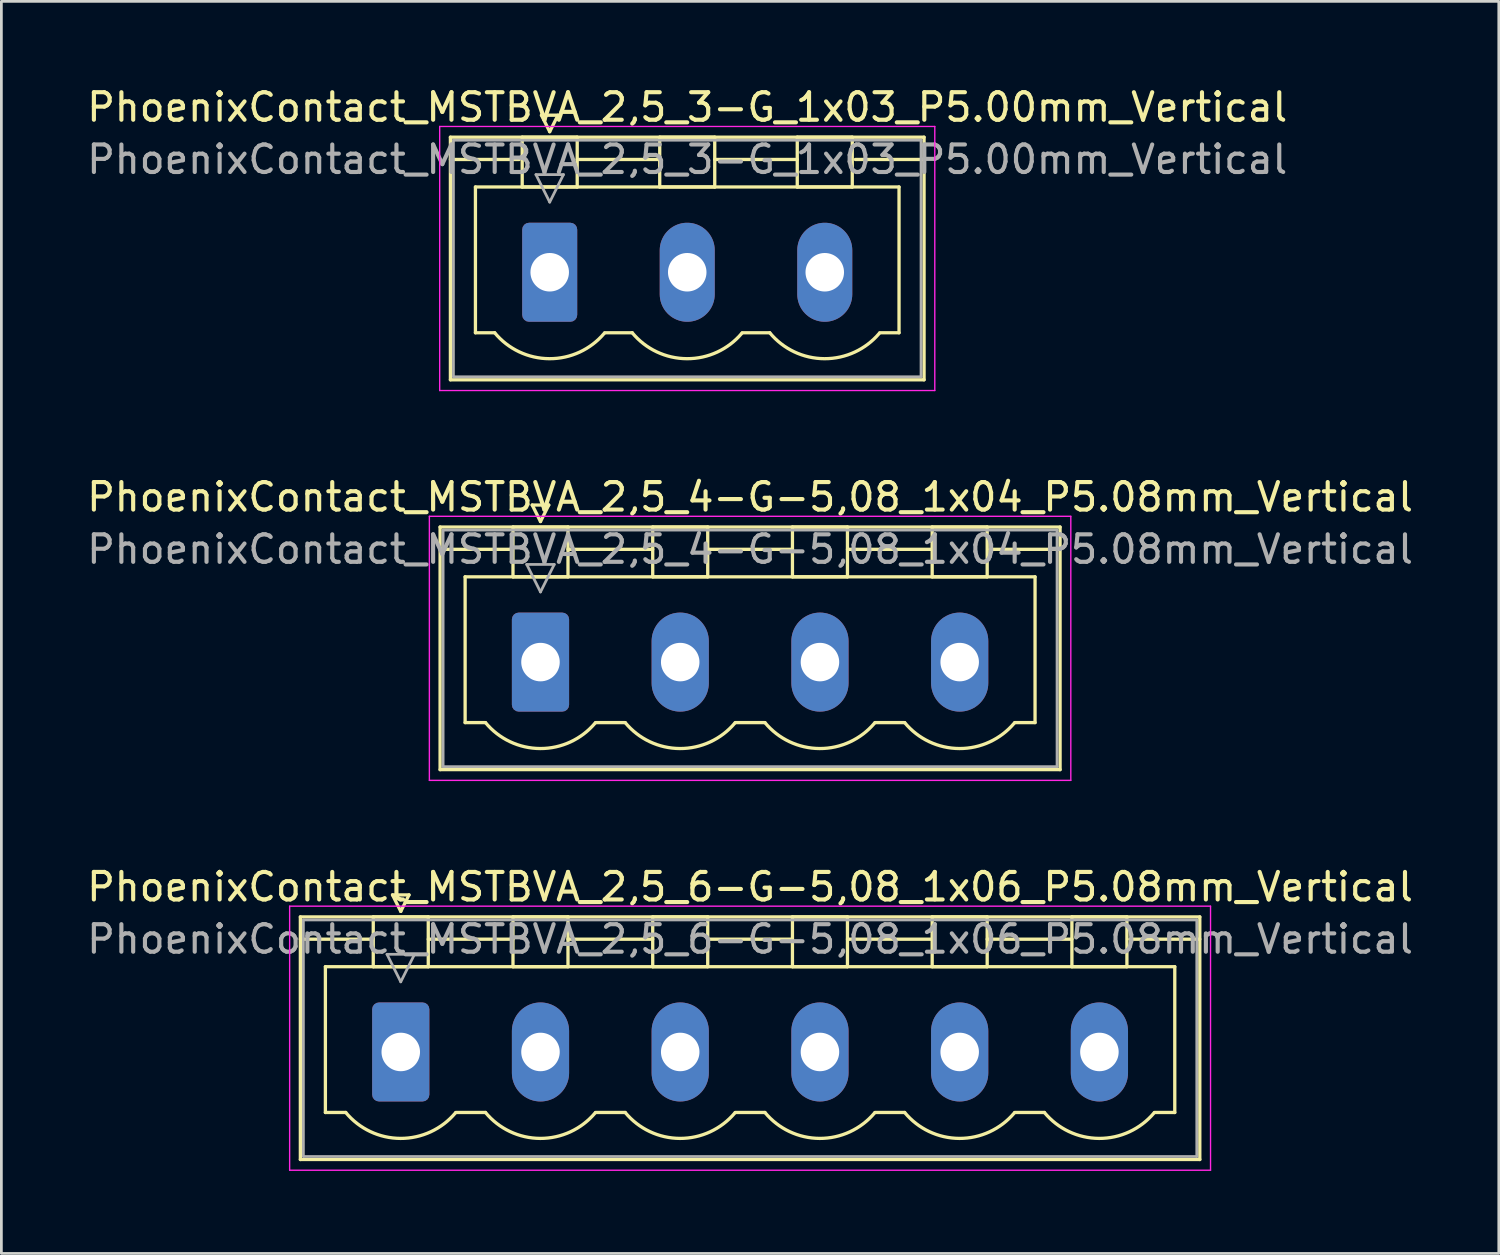
<source format=kicad_pcb>
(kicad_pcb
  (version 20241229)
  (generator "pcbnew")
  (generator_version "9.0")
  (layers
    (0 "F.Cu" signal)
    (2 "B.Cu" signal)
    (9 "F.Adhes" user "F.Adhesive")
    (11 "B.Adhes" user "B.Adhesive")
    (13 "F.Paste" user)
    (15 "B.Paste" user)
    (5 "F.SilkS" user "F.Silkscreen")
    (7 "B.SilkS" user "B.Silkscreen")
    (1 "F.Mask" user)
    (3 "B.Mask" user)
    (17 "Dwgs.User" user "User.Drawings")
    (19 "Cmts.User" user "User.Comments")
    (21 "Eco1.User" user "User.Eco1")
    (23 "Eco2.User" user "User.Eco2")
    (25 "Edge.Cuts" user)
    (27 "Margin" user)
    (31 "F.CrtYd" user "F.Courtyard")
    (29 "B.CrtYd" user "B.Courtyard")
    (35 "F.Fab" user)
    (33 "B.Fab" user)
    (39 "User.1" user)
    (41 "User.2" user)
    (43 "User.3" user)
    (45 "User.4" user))
  (footprint "PhoenixContact_MSTBVA_2,5_3-G_1x03_P5.00mm_Vertical"
    (layer "F.Cu")
    (at 16.935 6.848)
    (property "Reference" "PhoenixContact_MSTBVA_2,5_3-G_1x03_P5.00mm_Vertical" (at 5 -6 0) (layer "F.SilkS") (effects (font (size 1 1) (thickness 0.15))))
    (attr through_hole)
    (fp_line (start -3.61 -4.91) (end -3.61 3.91) (stroke (width 0.12) (type solid)) (layer "F.SilkS"))
    (fp_line (start -3.61 -4.1) (end -1.11 -4.1) (stroke (width 0.12) (type solid)) (layer "F.SilkS"))
    (fp_line (start -3.61 3.91) (end 13.61 3.91) (stroke (width 0.12) (type solid)) (layer "F.SilkS"))
    (fp_line (start -2.7 -3.1) (end 12.7 -3.1) (stroke (width 0.12) (type solid)) (layer "F.SilkS"))
    (fp_line (start -2.7 2.2) (end -2.7 -3.1) (stroke (width 0.12) (type solid)) (layer "F.SilkS"))
    (fp_line (start -2 2.2) (end -2.7 2.2) (stroke (width 0.12) (type solid)) (layer "F.SilkS"))
    (fp_line (start -1 -4.91) (end 1 -4.91) (stroke (width 0.12) (type solid)) (layer "F.SilkS"))
    (fp_line (start -1 -3.1) (end -1 -4.91) (stroke (width 0.12) (type solid)) (layer "F.SilkS"))
    (fp_line (start -0.3 -5.71) (end 0.3 -5.71) (stroke (width 0.12) (type solid)) (layer "F.SilkS"))
    (fp_line (start 0 -5.11) (end -0.3 -5.71) (stroke (width 0.12) (type solid)) (layer "F.SilkS"))
    (fp_line (start 0.3 -5.71) (end 0 -5.11) (stroke (width 0.12) (type solid)) (layer "F.SilkS"))
    (fp_line (start 1 -4.91) (end 1 -3.1) (stroke (width 0.12) (type solid)) (layer "F.SilkS"))
    (fp_line (start 1 -4.1) (end 4 -4.1) (stroke (width 0.12) (type solid)) (layer "F.SilkS"))
    (fp_line (start 1 -3.1) (end -1 -3.1) (stroke (width 0.12) (type solid)) (layer "F.SilkS"))
    (fp_line (start 2 2.2) (end 3 2.2) (stroke (width 0.12) (type solid)) (layer "F.SilkS"))
    (fp_line (start 4 -4.91) (end 6 -4.91) (stroke (width 0.12) (type solid)) (layer "F.SilkS"))
    (fp_line (start 4 -3.1) (end 4 -4.91) (stroke (width 0.12) (type solid)) (layer "F.SilkS"))
    (fp_line (start 6 -4.91) (end 6 -3.1) (stroke (width 0.12) (type solid)) (layer "F.SilkS"))
    (fp_line (start 6 -4.1) (end 9 -4.1) (stroke (width 0.12) (type solid)) (layer "F.SilkS"))
    (fp_line (start 6 -3.1) (end 4 -3.1) (stroke (width 0.12) (type solid)) (layer "F.SilkS"))
    (fp_line (start 7 2.2) (end 8 2.2) (stroke (width 0.12) (type solid)) (layer "F.SilkS"))
    (fp_line (start 9 -4.91) (end 11 -4.91) (stroke (width 0.12) (type solid)) (layer "F.SilkS"))
    (fp_line (start 9 -3.1) (end 9 -4.91) (stroke (width 0.12) (type solid)) (layer "F.SilkS"))
    (fp_line (start 11 -4.91) (end 11 -3.1) (stroke (width 0.12) (type solid)) (layer "F.SilkS"))
    (fp_line (start 11 -3.1) (end 9 -3.1) (stroke (width 0.12) (type solid)) (layer "F.SilkS"))
    (fp_line (start 12.7 -3.1) (end 12.7 2.2) (stroke (width 0.12) (type solid)) (layer "F.SilkS"))
    (fp_line (start 12.7 2.2) (end 12 2.2) (stroke (width 0.12) (type solid)) (layer "F.SilkS"))
    (fp_line (start 13.61 -4.91) (end -3.61 -4.91) (stroke (width 0.12) (type solid)) (layer "F.SilkS"))
    (fp_line (start 13.61 -4.1) (end 11.11 -4.1) (stroke (width 0.12) (type solid)) (layer "F.SilkS"))
    (fp_line (start 13.61 3.91) (end 13.61 -4.91) (stroke (width 0.12) (type solid)) (layer "F.SilkS"))
    (fp_arc (start 1.986842 2.215821) (mid -0.010289 3.142758) (end -2 2.2) (stroke (width 0.12) (type solid)) (layer "F.SilkS"))
    (fp_arc (start 6.986842 2.215821) (mid 4.989711 3.142758) (end 3 2.2) (stroke (width 0.12) (type solid)) (layer "F.SilkS"))
    (fp_arc (start 11.986842 2.215821) (mid 9.989711 3.142758) (end 8 2.2) (stroke (width 0.12) (type solid)) (layer "F.SilkS"))
    (fp_line (start -4 -5.3) (end -4 4.3) (stroke (width 0.05) (type solid)) (layer "F.CrtYd"))
    (fp_line (start -4 4.3) (end 14 4.3) (stroke (width 0.05) (type solid)) (layer "F.CrtYd"))
    (fp_line (start 14 -5.3) (end -4 -5.3) (stroke (width 0.05) (type solid)) (layer "F.CrtYd"))
    (fp_line (start 14 4.3) (end 14 -5.3) (stroke (width 0.05) (type solid)) (layer "F.CrtYd"))
    (fp_line (start -3.5 -4.8) (end -3.5 3.8) (stroke (width 0.1) (type solid)) (layer "F.Fab"))
    (fp_line (start -3.5 3.8) (end 13.5 3.8) (stroke (width 0.1) (type solid)) (layer "F.Fab"))
    (fp_line (start -0.5 -3.55) (end 0.5 -3.55) (stroke (width 0.1) (type solid)) (layer "F.Fab"))
    (fp_line (start 0 -2.55) (end -0.5 -3.55) (stroke (width 0.1) (type solid)) (layer "F.Fab"))
    (fp_line (start 0.5 -3.55) (end 0 -2.55) (stroke (width 0.1) (type solid)) (layer "F.Fab"))
    (fp_line (start 13.5 -4.8) (end -3.5 -4.8) (stroke (width 0.1) (type solid)) (layer "F.Fab"))
    (fp_line (start 13.5 3.8) (end 13.5 -4.8) (stroke (width 0.1) (type solid)) (layer "F.Fab"))
    (fp_text user "${REFERENCE}" (at 5 -4.1 0) (layer "F.Fab") (effects (font (size 1 1) (thickness 0.15))))
    (pad "1" thru_hole roundrect (at 0 0) (size 2 3.6) (drill 1.4) (layers "*.Cu" "*.Mask") (roundrect_rratio 0.125))
    (pad "2" thru_hole oval (at 5 0) (size 2 3.6) (drill 1.4) (layers "*.Cu" "*.Mask"))
    (pad "3" thru_hole oval (at 10 0) (size 2 3.6) (drill 1.4) (layers "*.Cu" "*.Mask")))
  (footprint "PhoenixContact_MSTBVA_2,5_4-G-5,08_1x04_P5.08mm_Vertical"
    (layer "F.Cu")
    (at 16.6 21.021)
    (property "Reference" "PhoenixContact_MSTBVA_2,5_4-G-5,08_1x04_P5.08mm_Vertical" (at 7.62 -6 0) (layer "F.SilkS") (effects (font (size 1 1) (thickness 0.15))))
    (attr through_hole)
    (fp_line (start -3.65 -4.91) (end -3.65 3.91) (stroke (width 0.12) (type solid)) (layer "F.SilkS"))
    (fp_line (start -3.65 -4.1) (end -1.11 -4.1) (stroke (width 0.12) (type solid)) (layer "F.SilkS"))
    (fp_line (start -3.65 3.91) (end 18.89 3.91) (stroke (width 0.12) (type solid)) (layer "F.SilkS"))
    (fp_line (start -2.74 -3.1) (end 17.98 -3.1) (stroke (width 0.12) (type solid)) (layer "F.SilkS"))
    (fp_line (start -2.74 2.2) (end -2.74 -3.1) (stroke (width 0.12) (type solid)) (layer "F.SilkS"))
    (fp_line (start -2 2.2) (end -2.74 2.2) (stroke (width 0.12) (type solid)) (layer "F.SilkS"))
    (fp_line (start -1 -4.91) (end 1 -4.91) (stroke (width 0.12) (type solid)) (layer "F.SilkS"))
    (fp_line (start -1 -3.1) (end -1 -4.91) (stroke (width 0.12) (type solid)) (layer "F.SilkS"))
    (fp_line (start -0.3 -5.71) (end 0.3 -5.71) (stroke (width 0.12) (type solid)) (layer "F.SilkS"))
    (fp_line (start 0 -5.11) (end -0.3 -5.71) (stroke (width 0.12) (type solid)) (layer "F.SilkS"))
    (fp_line (start 0.3 -5.71) (end 0 -5.11) (stroke (width 0.12) (type solid)) (layer "F.SilkS"))
    (fp_line (start 1 -4.91) (end 1 -3.1) (stroke (width 0.12) (type solid)) (layer "F.SilkS"))
    (fp_line (start 1 -4.1) (end 4.08 -4.1) (stroke (width 0.12) (type solid)) (layer "F.SilkS"))
    (fp_line (start 1 -3.1) (end -1 -3.1) (stroke (width 0.12) (type solid)) (layer "F.SilkS"))
    (fp_line (start 2 2.2) (end 3.08 2.2) (stroke (width 0.12) (type solid)) (layer "F.SilkS"))
    (fp_line (start 4.08 -4.91) (end 6.08 -4.91) (stroke (width 0.12) (type solid)) (layer "F.SilkS"))
    (fp_line (start 4.08 -3.1) (end 4.08 -4.91) (stroke (width 0.12) (type solid)) (layer "F.SilkS"))
    (fp_line (start 6.08 -4.91) (end 6.08 -3.1) (stroke (width 0.12) (type solid)) (layer "F.SilkS"))
    (fp_line (start 6.08 -4.1) (end 9.16 -4.1) (stroke (width 0.12) (type solid)) (layer "F.SilkS"))
    (fp_line (start 6.08 -3.1) (end 4.08 -3.1) (stroke (width 0.12) (type solid)) (layer "F.SilkS"))
    (fp_line (start 7.08 2.2) (end 8.16 2.2) (stroke (width 0.12) (type solid)) (layer "F.SilkS"))
    (fp_line (start 9.16 -4.91) (end 11.16 -4.91) (stroke (width 0.12) (type solid)) (layer "F.SilkS"))
    (fp_line (start 9.16 -3.1) (end 9.16 -4.91) (stroke (width 0.12) (type solid)) (layer "F.SilkS"))
    (fp_line (start 11.16 -4.91) (end 11.16 -3.1) (stroke (width 0.12) (type solid)) (layer "F.SilkS"))
    (fp_line (start 11.16 -4.1) (end 14.24 -4.1) (stroke (width 0.12) (type solid)) (layer "F.SilkS"))
    (fp_line (start 11.16 -3.1) (end 9.16 -3.1) (stroke (width 0.12) (type solid)) (layer "F.SilkS"))
    (fp_line (start 12.16 2.2) (end 13.24 2.2) (stroke (width 0.12) (type solid)) (layer "F.SilkS"))
    (fp_line (start 14.24 -4.91) (end 16.24 -4.91) (stroke (width 0.12) (type solid)) (layer "F.SilkS"))
    (fp_line (start 14.24 -3.1) (end 14.24 -4.91) (stroke (width 0.12) (type solid)) (layer "F.SilkS"))
    (fp_line (start 16.24 -4.91) (end 16.24 -3.1) (stroke (width 0.12) (type solid)) (layer "F.SilkS"))
    (fp_line (start 16.24 -3.1) (end 14.24 -3.1) (stroke (width 0.12) (type solid)) (layer "F.SilkS"))
    (fp_line (start 17.98 -3.1) (end 17.98 2.2) (stroke (width 0.12) (type solid)) (layer "F.SilkS"))
    (fp_line (start 17.98 2.2) (end 17.24 2.2) (stroke (width 0.12) (type solid)) (layer "F.SilkS"))
    (fp_line (start 18.89 -4.91) (end -3.65 -4.91) (stroke (width 0.12) (type solid)) (layer "F.SilkS"))
    (fp_line (start 18.89 -4.1) (end 16.35 -4.1) (stroke (width 0.12) (type solid)) (layer "F.SilkS"))
    (fp_line (start 18.89 3.91) (end 18.89 -4.91) (stroke (width 0.12) (type solid)) (layer "F.SilkS"))
    (fp_arc (start 1.986842 2.215821) (mid -0.010289 3.142758) (end -2 2.2) (stroke (width 0.12) (type solid)) (layer "F.SilkS"))
    (fp_arc (start 7.066842 2.215821) (mid 5.069711 3.142758) (end 3.08 2.2) (stroke (width 0.12) (type solid)) (layer "F.SilkS"))
    (fp_arc (start 12.146842 2.215821) (mid 10.149711 3.142758) (end 8.16 2.2) (stroke (width 0.12) (type solid)) (layer "F.SilkS"))
    (fp_arc (start 17.226842 2.215821) (mid 15.229711 3.142758) (end 13.24 2.2) (stroke (width 0.12) (type solid)) (layer "F.SilkS"))
    (fp_line (start -4.04 -5.3) (end -4.04 4.3) (stroke (width 0.05) (type solid)) (layer "F.CrtYd"))
    (fp_line (start -4.04 4.3) (end 19.28 4.3) (stroke (width 0.05) (type solid)) (layer "F.CrtYd"))
    (fp_line (start 19.28 -5.3) (end -4.04 -5.3) (stroke (width 0.05) (type solid)) (layer "F.CrtYd"))
    (fp_line (start 19.28 4.3) (end 19.28 -5.3) (stroke (width 0.05) (type solid)) (layer "F.CrtYd"))
    (fp_line (start -3.54 -4.8) (end -3.54 3.8) (stroke (width 0.1) (type solid)) (layer "F.Fab"))
    (fp_line (start -3.54 3.8) (end 18.78 3.8) (stroke (width 0.1) (type solid)) (layer "F.Fab"))
    (fp_line (start -0.5 -3.55) (end 0.5 -3.55) (stroke (width 0.1) (type solid)) (layer "F.Fab"))
    (fp_line (start 0 -2.55) (end -0.5 -3.55) (stroke (width 0.1) (type solid)) (layer "F.Fab"))
    (fp_line (start 0.5 -3.55) (end 0 -2.55) (stroke (width 0.1) (type solid)) (layer "F.Fab"))
    (fp_line (start 18.78 -4.8) (end -3.54 -4.8) (stroke (width 0.1) (type solid)) (layer "F.Fab"))
    (fp_line (start 18.78 3.8) (end 18.78 -4.8) (stroke (width 0.1) (type solid)) (layer "F.Fab"))
    (fp_text user "${REFERENCE}" (at 7.62 -4.1 0) (layer "F.Fab") (effects (font (size 1 1) (thickness 0.15))))
    (pad "1" thru_hole roundrect (at 0 0) (size 2.08 3.6) (drill 1.4) (layers "*.Cu" "*.Mask") (roundrect_rratio 0.12))
    (pad "2" thru_hole oval (at 5.08 0) (size 2.08 3.6) (drill 1.4) (layers "*.Cu" "*.Mask"))
    (pad "3" thru_hole oval (at 10.16 0) (size 2.08 3.6) (drill 1.4) (layers "*.Cu" "*.Mask"))
    (pad "4" thru_hole oval (at 15.24 0) (size 2.08 3.6) (drill 1.4) (layers "*.Cu" "*.Mask")))
  (footprint "PhoenixContact_MSTBVA_2,5_6-G-5,08_1x06_P5.08mm_Vertical"
    (layer "F.Cu")
    (at 11.52 35.195)
    (property "Reference" "PhoenixContact_MSTBVA_2,5_6-G-5,08_1x06_P5.08mm_Vertical" (at 12.7 -6 0) (layer "F.SilkS") (effects (font (size 1 1) (thickness 0.15))))
    (attr through_hole)
    (fp_line (start -3.65 -4.91) (end -3.65 3.91) (stroke (width 0.12) (type solid)) (layer "F.SilkS"))
    (fp_line (start -3.65 -4.1) (end -1.11 -4.1) (stroke (width 0.12) (type solid)) (layer "F.SilkS"))
    (fp_line (start -3.65 3.91) (end 29.05 3.91) (stroke (width 0.12) (type solid)) (layer "F.SilkS"))
    (fp_line (start -2.74 -3.1) (end 28.14 -3.1) (stroke (width 0.12) (type solid)) (layer "F.SilkS"))
    (fp_line (start -2.74 2.2) (end -2.74 -3.1) (stroke (width 0.12) (type solid)) (layer "F.SilkS"))
    (fp_line (start -2 2.2) (end -2.74 2.2) (stroke (width 0.12) (type solid)) (layer "F.SilkS"))
    (fp_line (start -1 -4.91) (end 1 -4.91) (stroke (width 0.12) (type solid)) (layer "F.SilkS"))
    (fp_line (start -1 -3.1) (end -1 -4.91) (stroke (width 0.12) (type solid)) (layer "F.SilkS"))
    (fp_line (start -0.3 -5.71) (end 0.3 -5.71) (stroke (width 0.12) (type solid)) (layer "F.SilkS"))
    (fp_line (start 0 -5.11) (end -0.3 -5.71) (stroke (width 0.12) (type solid)) (layer "F.SilkS"))
    (fp_line (start 0.3 -5.71) (end 0 -5.11) (stroke (width 0.12) (type solid)) (layer "F.SilkS"))
    (fp_line (start 1 -4.91) (end 1 -3.1) (stroke (width 0.12) (type solid)) (layer "F.SilkS"))
    (fp_line (start 1 -4.1) (end 4.08 -4.1) (stroke (width 0.12) (type solid)) (layer "F.SilkS"))
    (fp_line (start 1 -3.1) (end -1 -3.1) (stroke (width 0.12) (type solid)) (layer "F.SilkS"))
    (fp_line (start 2 2.2) (end 3.08 2.2) (stroke (width 0.12) (type solid)) (layer "F.SilkS"))
    (fp_line (start 4.08 -4.91) (end 6.08 -4.91) (stroke (width 0.12) (type solid)) (layer "F.SilkS"))
    (fp_line (start 4.08 -3.1) (end 4.08 -4.91) (stroke (width 0.12) (type solid)) (layer "F.SilkS"))
    (fp_line (start 6.08 -4.91) (end 6.08 -3.1) (stroke (width 0.12) (type solid)) (layer "F.SilkS"))
    (fp_line (start 6.08 -4.1) (end 9.16 -4.1) (stroke (width 0.12) (type solid)) (layer "F.SilkS"))
    (fp_line (start 6.08 -3.1) (end 4.08 -3.1) (stroke (width 0.12) (type solid)) (layer "F.SilkS"))
    (fp_line (start 7.08 2.2) (end 8.16 2.2) (stroke (width 0.12) (type solid)) (layer "F.SilkS"))
    (fp_line (start 9.16 -4.91) (end 11.16 -4.91) (stroke (width 0.12) (type solid)) (layer "F.SilkS"))
    (fp_line (start 9.16 -3.1) (end 9.16 -4.91) (stroke (width 0.12) (type solid)) (layer "F.SilkS"))
    (fp_line (start 11.16 -4.91) (end 11.16 -3.1) (stroke (width 0.12) (type solid)) (layer "F.SilkS"))
    (fp_line (start 11.16 -4.1) (end 14.24 -4.1) (stroke (width 0.12) (type solid)) (layer "F.SilkS"))
    (fp_line (start 11.16 -3.1) (end 9.16 -3.1) (stroke (width 0.12) (type solid)) (layer "F.SilkS"))
    (fp_line (start 12.16 2.2) (end 13.24 2.2) (stroke (width 0.12) (type solid)) (layer "F.SilkS"))
    (fp_line (start 14.24 -4.91) (end 16.24 -4.91) (stroke (width 0.12) (type solid)) (layer "F.SilkS"))
    (fp_line (start 14.24 -3.1) (end 14.24 -4.91) (stroke (width 0.12) (type solid)) (layer "F.SilkS"))
    (fp_line (start 16.24 -4.91) (end 16.24 -3.1) (stroke (width 0.12) (type solid)) (layer "F.SilkS"))
    (fp_line (start 16.24 -4.1) (end 19.32 -4.1) (stroke (width 0.12) (type solid)) (layer "F.SilkS"))
    (fp_line (start 16.24 -3.1) (end 14.24 -3.1) (stroke (width 0.12) (type solid)) (layer "F.SilkS"))
    (fp_line (start 17.24 2.2) (end 18.32 2.2) (stroke (width 0.12) (type solid)) (layer "F.SilkS"))
    (fp_line (start 19.32 -4.91) (end 21.32 -4.91) (stroke (width 0.12) (type solid)) (layer "F.SilkS"))
    (fp_line (start 19.32 -3.1) (end 19.32 -4.91) (stroke (width 0.12) (type solid)) (layer "F.SilkS"))
    (fp_line (start 21.32 -4.91) (end 21.32 -3.1) (stroke (width 0.12) (type solid)) (layer "F.SilkS"))
    (fp_line (start 21.32 -4.1) (end 24.4 -4.1) (stroke (width 0.12) (type solid)) (layer "F.SilkS"))
    (fp_line (start 21.32 -3.1) (end 19.32 -3.1) (stroke (width 0.12) (type solid)) (layer "F.SilkS"))
    (fp_line (start 22.32 2.2) (end 23.4 2.2) (stroke (width 0.12) (type solid)) (layer "F.SilkS"))
    (fp_line (start 24.4 -4.91) (end 26.4 -4.91) (stroke (width 0.12) (type solid)) (layer "F.SilkS"))
    (fp_line (start 24.4 -3.1) (end 24.4 -4.91) (stroke (width 0.12) (type solid)) (layer "F.SilkS"))
    (fp_line (start 26.4 -4.91) (end 26.4 -3.1) (stroke (width 0.12) (type solid)) (layer "F.SilkS"))
    (fp_line (start 26.4 -3.1) (end 24.4 -3.1) (stroke (width 0.12) (type solid)) (layer "F.SilkS"))
    (fp_line (start 28.14 -3.1) (end 28.14 2.2) (stroke (width 0.12) (type solid)) (layer "F.SilkS"))
    (fp_line (start 28.14 2.2) (end 27.4 2.2) (stroke (width 0.12) (type solid)) (layer "F.SilkS"))
    (fp_line (start 29.05 -4.91) (end -3.65 -4.91) (stroke (width 0.12) (type solid)) (layer "F.SilkS"))
    (fp_line (start 29.05 -4.1) (end 26.51 -4.1) (stroke (width 0.12) (type solid)) (layer "F.SilkS"))
    (fp_line (start 29.05 3.91) (end 29.05 -4.91) (stroke (width 0.12) (type solid)) (layer "F.SilkS"))
    (fp_arc (start 1.986842 2.215821) (mid -0.010289 3.142758) (end -2 2.2) (stroke (width 0.12) (type solid)) (layer "F.SilkS"))
    (fp_arc (start 7.066842 2.215821) (mid 5.069711 3.142758) (end 3.08 2.2) (stroke (width 0.12) (type solid)) (layer "F.SilkS"))
    (fp_arc (start 12.146842 2.215821) (mid 10.149711 3.142758) (end 8.16 2.2) (stroke (width 0.12) (type solid)) (layer "F.SilkS"))
    (fp_arc (start 17.226842 2.215821) (mid 15.229711 3.142758) (end 13.24 2.2) (stroke (width 0.12) (type solid)) (layer "F.SilkS"))
    (fp_arc (start 22.306842 2.215821) (mid 20.309711 3.142758) (end 18.32 2.2) (stroke (width 0.12) (type solid)) (layer "F.SilkS"))
    (fp_arc (start 27.386842 2.215821) (mid 25.389711 3.142758) (end 23.4 2.2) (stroke (width 0.12) (type solid)) (layer "F.SilkS"))
    (fp_line (start -4.04 -5.3) (end -4.04 4.3) (stroke (width 0.05) (type solid)) (layer "F.CrtYd"))
    (fp_line (start -4.04 4.3) (end 29.44 4.3) (stroke (width 0.05) (type solid)) (layer "F.CrtYd"))
    (fp_line (start 29.44 -5.3) (end -4.04 -5.3) (stroke (width 0.05) (type solid)) (layer "F.CrtYd"))
    (fp_line (start 29.44 4.3) (end 29.44 -5.3) (stroke (width 0.05) (type solid)) (layer "F.CrtYd"))
    (fp_line (start -3.54 -4.8) (end -3.54 3.8) (stroke (width 0.1) (type solid)) (layer "F.Fab"))
    (fp_line (start -3.54 3.8) (end 28.94 3.8) (stroke (width 0.1) (type solid)) (layer "F.Fab"))
    (fp_line (start -0.5 -3.55) (end 0.5 -3.55) (stroke (width 0.1) (type solid)) (layer "F.Fab"))
    (fp_line (start 0 -2.55) (end -0.5 -3.55) (stroke (width 0.1) (type solid)) (layer "F.Fab"))
    (fp_line (start 0.5 -3.55) (end 0 -2.55) (stroke (width 0.1) (type solid)) (layer "F.Fab"))
    (fp_line (start 28.94 -4.8) (end -3.54 -4.8) (stroke (width 0.1) (type solid)) (layer "F.Fab"))
    (fp_line (start 28.94 3.8) (end 28.94 -4.8) (stroke (width 0.1) (type solid)) (layer "F.Fab"))
    (fp_text user "${REFERENCE}" (at 12.7 -4.1 0) (layer "F.Fab") (effects (font (size 1 1) (thickness 0.15))))
    (pad "1" thru_hole roundrect (at 0 0) (size 2.08 3.6) (drill 1.4) (layers "*.Cu" "*.Mask") (roundrect_rratio 0.12))
    (pad "2" thru_hole oval (at 5.08 0) (size 2.08 3.6) (drill 1.4) (layers "*.Cu" "*.Mask"))
    (pad "3" thru_hole oval (at 10.16 0) (size 2.08 3.6) (drill 1.4) (layers "*.Cu" "*.Mask"))
    (pad "4" thru_hole oval (at 15.24 0) (size 2.08 3.6) (drill 1.4) (layers "*.Cu" "*.Mask"))
    (pad "5" thru_hole oval (at 20.32 0) (size 2.08 3.6) (drill 1.4) (layers "*.Cu" "*.Mask"))
    (pad "6" thru_hole oval (at 25.4 0) (size 2.08 3.6) (drill 1.4) (layers "*.Cu" "*.Mask")))
  (gr_rect
    (start -3 -3)
    (end 51.44 42.52)
    (stroke (width 0.1) (type default))
    (fill no)
    (layer "Edge.Cuts")))
</source>
